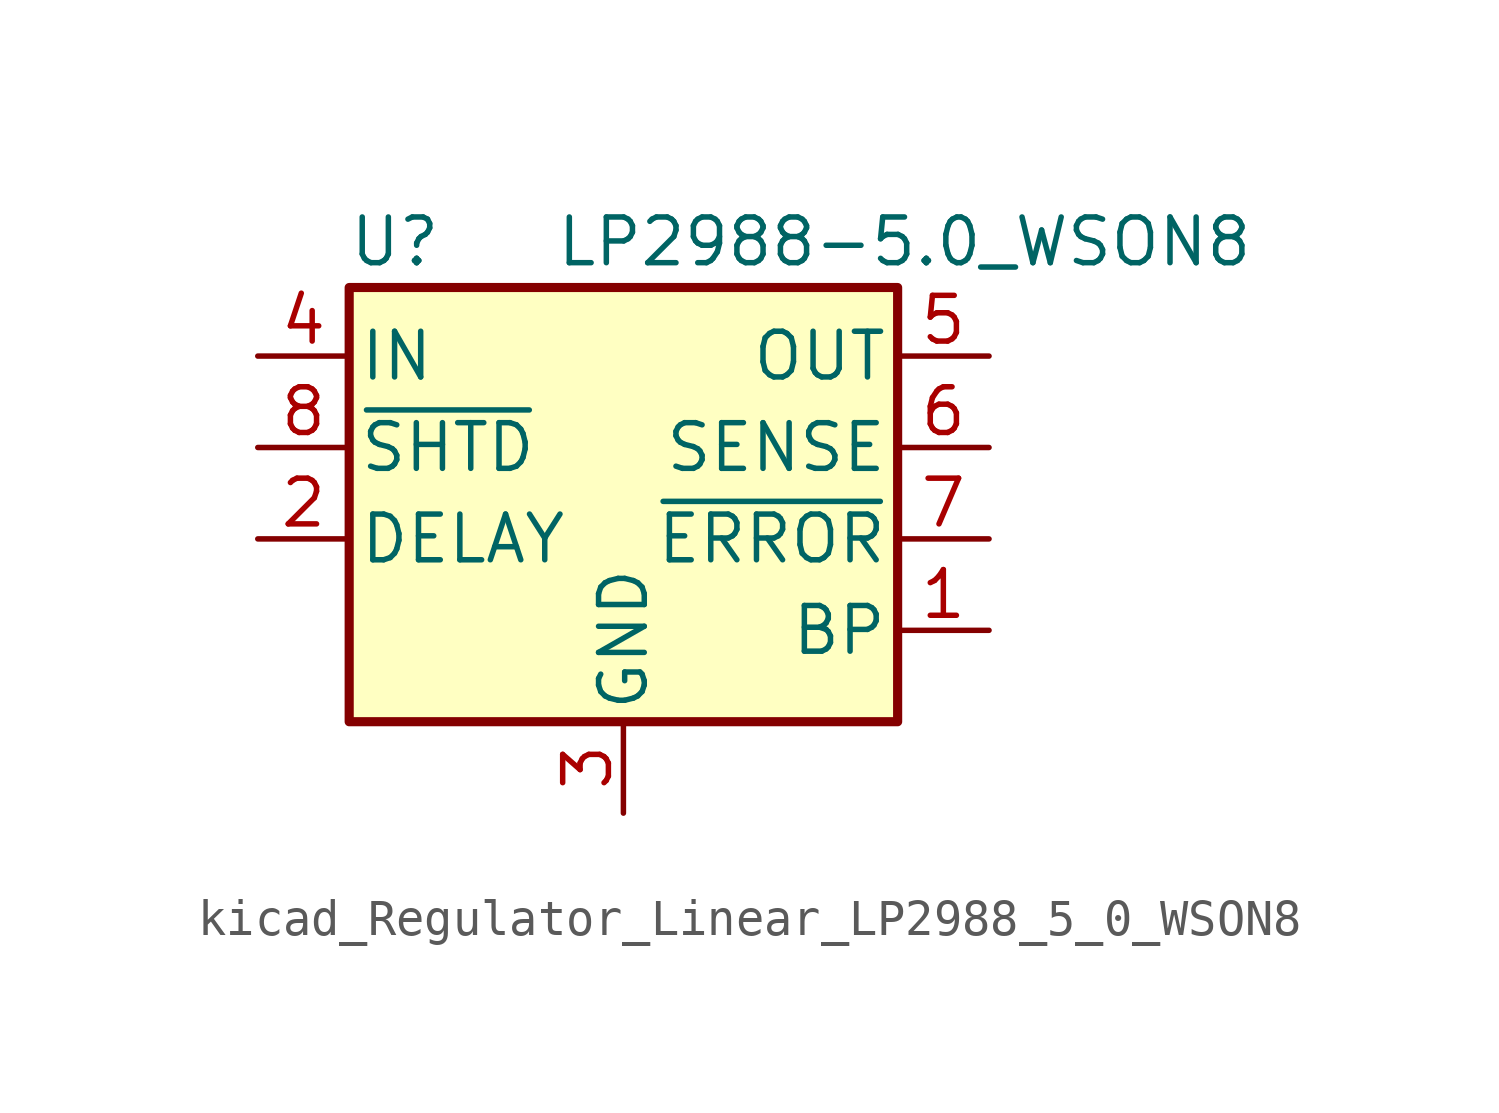
<source format=kicad_sym>
(kicad_symbol_lib
  (version 20220914)
  (generator kicad_symbol_editor)
  (symbol "kicad_Regulator_Linear_LP2988_5_0_WSON8"
    (pin_names
      (offset 0.254))
    (property "Reference" "U"
      (at -6.35 5.715 0)
      (effects (font (size 1.27 1.27))))
    (property "Value" "LP2988-5.0_WSON8"
      (at -1.905 5.715 0)
      (effects (font (size 1.27 1.27)) (justify left)))
    (symbol "kicad_Regulator_Linear_LP2988_5_0_WSON8_0_1"
      (rectangle (start -7.62 4.445) (end 7.62 -7.62) (stroke (width 0.254) (type default)) (fill (type background))))
    (symbol "kicad_Regulator_Linear_LP2988_5_0_WSON8_1_1"
      (pin passive line (at 10.16 -5.08 180) (length 2.54) (name "BP" (effects (font (size 1.27 1.27)))) (number "1" (effects (font (size 1.27 1.27)))))
      (pin passive line (at -10.16 -2.54 0) (length 2.54) (name "DELAY" (effects (font (size 1.27 1.27)))) (number "2" (effects (font (size 1.27 1.27)))))
      (pin power_in line (at 0 -10.16 90) (length 2.54) (name "GND" (effects (font (size 1.27 1.27)))) (number "3" (effects (font (size 1.27 1.27)))))
      (pin power_in line (at -10.16 2.54 0) (length 2.54) (name "IN" (effects (font (size 1.27 1.27)))) (number "4" (effects (font (size 1.27 1.27)))))
      (pin power_out line (at 10.16 2.54 180) (length 2.54) (name "OUT" (effects (font (size 1.27 1.27)))) (number "5" (effects (font (size 1.27 1.27)))))
      (pin input line (at 10.16 0 180) (length 2.54) (name "SENSE" (effects (font (size 1.27 1.27)))) (number "6" (effects (font (size 1.27 1.27)))))
      (pin output line (at 10.16 -2.54 180) (length 2.54) (name "~{ERROR}" (effects (font (size 1.27 1.27)))) (number "7" (effects (font (size 1.27 1.27)))))
      (pin input line (at -10.16 0 0) (length 2.54) (name "~{SHTD}" (effects (font (size 1.27 1.27)))) (number "8" (effects (font (size 1.27 1.27)))))
      (pin passive line (at 0 -10.16 90) (length 2.54) hide (name "GND" (effects (font (size 1.27 1.27)))) (number "9" (effects (font (size 1.27 1.27))))))))
</source>
